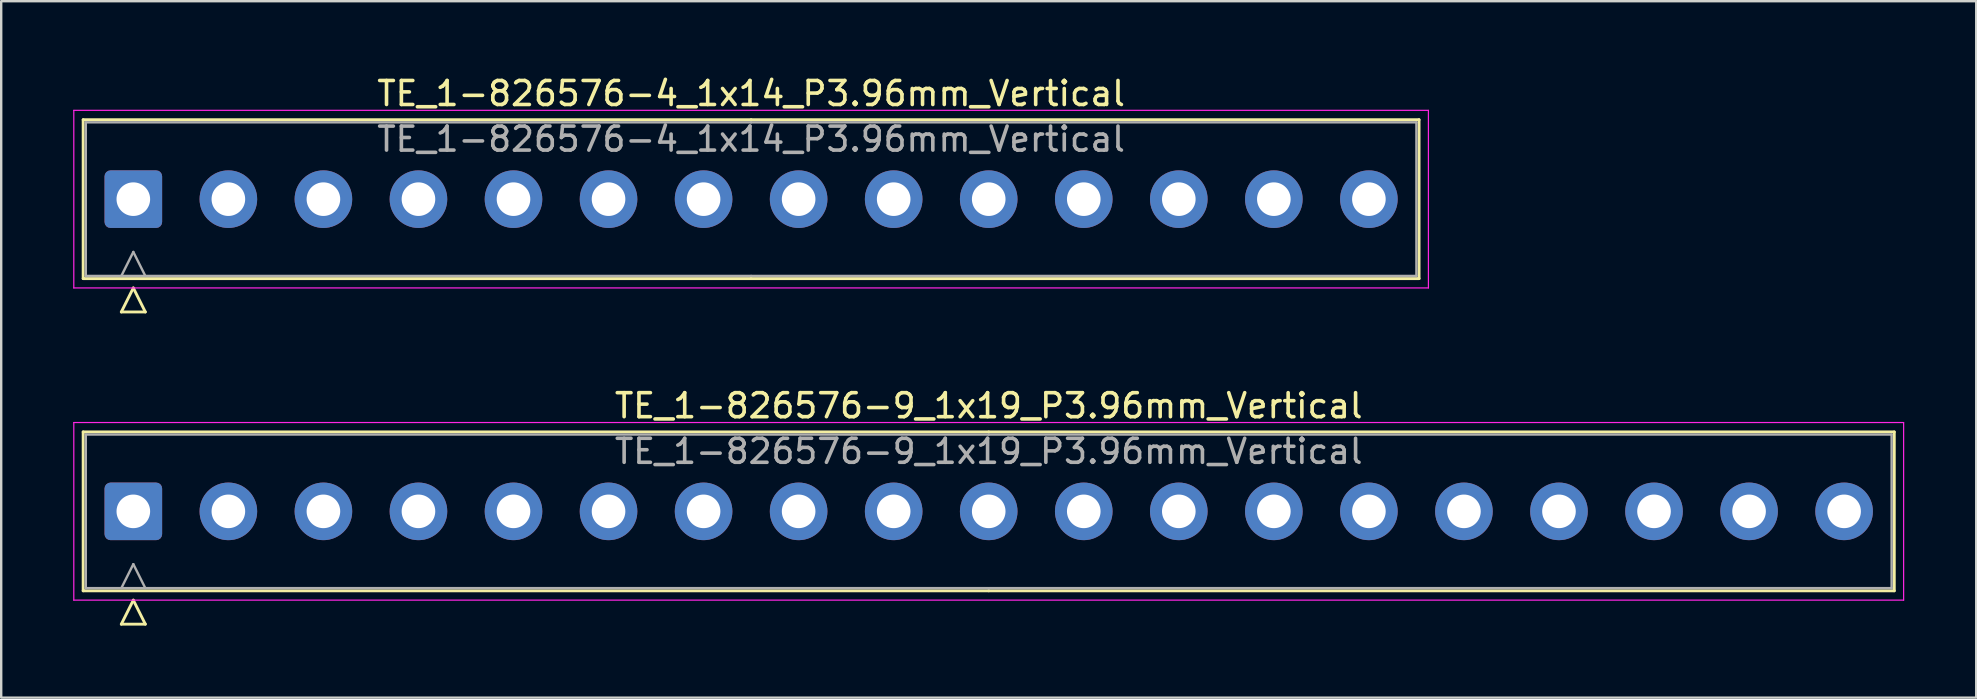
<source format=kicad_pcb>
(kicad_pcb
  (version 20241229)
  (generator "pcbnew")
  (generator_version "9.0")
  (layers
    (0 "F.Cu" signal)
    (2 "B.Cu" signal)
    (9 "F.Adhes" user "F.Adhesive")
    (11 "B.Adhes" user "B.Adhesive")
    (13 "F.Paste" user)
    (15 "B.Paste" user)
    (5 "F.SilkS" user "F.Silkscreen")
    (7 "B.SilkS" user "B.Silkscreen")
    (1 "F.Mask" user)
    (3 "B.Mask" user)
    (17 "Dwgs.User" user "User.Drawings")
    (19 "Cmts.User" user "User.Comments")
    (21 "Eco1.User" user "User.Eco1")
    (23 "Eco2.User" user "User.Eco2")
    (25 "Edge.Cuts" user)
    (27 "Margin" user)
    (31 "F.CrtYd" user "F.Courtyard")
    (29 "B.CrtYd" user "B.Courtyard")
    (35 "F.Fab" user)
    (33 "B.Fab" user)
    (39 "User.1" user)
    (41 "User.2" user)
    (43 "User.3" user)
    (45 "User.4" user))
  (footprint "TE_1-826576-9_1x19_P3.96mm_Vertical"
    (layer "F.Cu")
    (at 2.505 18.256)
    (property "Reference" "TE_1-826576-9_1x19_P3.96mm_Vertical" (at 35.64 -4.4 0) (layer "F.SilkS") (effects (font (size 1 1) (thickness 0.15))))
    (attr through_hole)
    (fp_line (start -2.09 -3.31) (end -2.09 3.31) (stroke (width 0.12) (type solid)) (layer "F.SilkS"))
    (fp_line (start -2.09 3.31) (end 35.64 3.31) (stroke (width 0.12) (type solid)) (layer "F.SilkS"))
    (fp_line (start -0.5 4.7) (end 0 3.7) (stroke (width 0.12) (type solid)) (layer "F.SilkS"))
    (fp_line (start 0 3.7) (end 0.5 4.7) (stroke (width 0.12) (type solid)) (layer "F.SilkS"))
    (fp_line (start 0.5 4.7) (end -0.5 4.7) (stroke (width 0.12) (type solid)) (layer "F.SilkS"))
    (fp_line (start 35.64 -3.31) (end -2.09 -3.31) (stroke (width 0.12) (type solid)) (layer "F.SilkS"))
    (fp_line (start 35.64 -3.31) (end 73.37 -3.31) (stroke (width 0.12) (type solid)) (layer "F.SilkS"))
    (fp_line (start 73.37 -3.31) (end 73.37 3.31) (stroke (width 0.12) (type solid)) (layer "F.SilkS"))
    (fp_line (start 73.37 3.31) (end 35.64 3.31) (stroke (width 0.12) (type solid)) (layer "F.SilkS"))
    (fp_line (start -2.48 -3.7) (end -2.48 3.7) (stroke (width 0.05) (type solid)) (layer "F.CrtYd"))
    (fp_line (start -2.48 3.7) (end 73.76 3.7) (stroke (width 0.05) (type solid)) (layer "F.CrtYd"))
    (fp_line (start 73.76 -3.7) (end -2.48 -3.7) (stroke (width 0.05) (type solid)) (layer "F.CrtYd"))
    (fp_line (start 73.76 3.7) (end 73.76 -3.7) (stroke (width 0.05) (type solid)) (layer "F.CrtYd"))
    (fp_line (start -1.98 -3.2) (end -1.98 3.2) (stroke (width 0.1) (type solid)) (layer "F.Fab"))
    (fp_line (start -1.98 3.2) (end 35.64 3.2) (stroke (width 0.1) (type solid)) (layer "F.Fab"))
    (fp_line (start -0.5 3.2) (end 0 2.2) (stroke (width 0.1) (type solid)) (layer "F.Fab"))
    (fp_line (start 0 2.2) (end 0.5 3.2) (stroke (width 0.1) (type solid)) (layer "F.Fab"))
    (fp_line (start 35.64 -3.2) (end -1.98 -3.2) (stroke (width 0.1) (type solid)) (layer "F.Fab"))
    (fp_line (start 35.64 -3.2) (end 73.26 -3.2) (stroke (width 0.1) (type solid)) (layer "F.Fab"))
    (fp_line (start 73.26 -3.2) (end 73.26 3.2) (stroke (width 0.1) (type solid)) (layer "F.Fab"))
    (fp_line (start 73.26 3.2) (end 35.64 3.2) (stroke (width 0.1) (type solid)) (layer "F.Fab"))
    (fp_text user "${REFERENCE}" (at 35.64 -2.5 0) (layer "F.Fab") (effects (font (size 1 1) (thickness 0.15))))
    (pad "1" thru_hole roundrect (at 0 0) (size 2.4 2.4) (drill 1.4) (layers "*.Cu" "*.Mask") (roundrect_rratio 0.104))
    (pad "2" thru_hole circle (at 3.96 0) (size 2.4 2.4) (drill 1.4) (layers "*.Cu" "*.Mask"))
    (pad "3" thru_hole circle (at 7.92 0) (size 2.4 2.4) (drill 1.4) (layers "*.Cu" "*.Mask"))
    (pad "4" thru_hole circle (at 11.88 0) (size 2.4 2.4) (drill 1.4) (layers "*.Cu" "*.Mask"))
    (pad "5" thru_hole circle (at 15.84 0) (size 2.4 2.4) (drill 1.4) (layers "*.Cu" "*.Mask"))
    (pad "6" thru_hole circle (at 19.8 0) (size 2.4 2.4) (drill 1.4) (layers "*.Cu" "*.Mask"))
    (pad "7" thru_hole circle (at 23.76 0) (size 2.4 2.4) (drill 1.4) (layers "*.Cu" "*.Mask"))
    (pad "8" thru_hole circle (at 27.72 0) (size 2.4 2.4) (drill 1.4) (layers "*.Cu" "*.Mask"))
    (pad "9" thru_hole circle (at 31.68 0) (size 2.4 2.4) (drill 1.4) (layers "*.Cu" "*.Mask"))
    (pad "10" thru_hole circle (at 35.64 0) (size 2.4 2.4) (drill 1.4) (layers "*.Cu" "*.Mask"))
    (pad "11" thru_hole circle (at 39.6 0) (size 2.4 2.4) (drill 1.4) (layers "*.Cu" "*.Mask"))
    (pad "12" thru_hole circle (at 43.56 0) (size 2.4 2.4) (drill 1.4) (layers "*.Cu" "*.Mask"))
    (pad "13" thru_hole circle (at 47.52 0) (size 2.4 2.4) (drill 1.4) (layers "*.Cu" "*.Mask"))
    (pad "14" thru_hole circle (at 51.48 0) (size 2.4 2.4) (drill 1.4) (layers "*.Cu" "*.Mask"))
    (pad "15" thru_hole circle (at 55.44 0) (size 2.4 2.4) (drill 1.4) (layers "*.Cu" "*.Mask"))
    (pad "16" thru_hole circle (at 59.4 0) (size 2.4 2.4) (drill 1.4) (layers "*.Cu" "*.Mask"))
    (pad "17" thru_hole circle (at 63.36 0) (size 2.4 2.4) (drill 1.4) (layers "*.Cu" "*.Mask"))
    (pad "18" thru_hole circle (at 67.32 0) (size 2.4 2.4) (drill 1.4) (layers "*.Cu" "*.Mask"))
    (pad "19" thru_hole circle (at 71.28 0) (size 2.4 2.4) (drill 1.4) (layers "*.Cu" "*.Mask")))
  (footprint "TE_1-826576-4_1x14_P3.96mm_Vertical"
    (layer "F.Cu")
    (at 2.505 5.248)
    (property "Reference" "TE_1-826576-4_1x14_P3.96mm_Vertical" (at 25.74 -4.4 0) (layer "F.SilkS") (effects (font (size 1 1) (thickness 0.15))))
    (attr through_hole)
    (fp_line (start -2.09 -3.31) (end -2.09 3.31) (stroke (width 0.12) (type solid)) (layer "F.SilkS"))
    (fp_line (start -2.09 3.31) (end 25.74 3.31) (stroke (width 0.12) (type solid)) (layer "F.SilkS"))
    (fp_line (start -0.5 4.7) (end 0 3.7) (stroke (width 0.12) (type solid)) (layer "F.SilkS"))
    (fp_line (start 0 3.7) (end 0.5 4.7) (stroke (width 0.12) (type solid)) (layer "F.SilkS"))
    (fp_line (start 0.5 4.7) (end -0.5 4.7) (stroke (width 0.12) (type solid)) (layer "F.SilkS"))
    (fp_line (start 25.74 -3.31) (end -2.09 -3.31) (stroke (width 0.12) (type solid)) (layer "F.SilkS"))
    (fp_line (start 25.74 -3.31) (end 53.57 -3.31) (stroke (width 0.12) (type solid)) (layer "F.SilkS"))
    (fp_line (start 53.57 -3.31) (end 53.57 3.31) (stroke (width 0.12) (type solid)) (layer "F.SilkS"))
    (fp_line (start 53.57 3.31) (end 25.74 3.31) (stroke (width 0.12) (type solid)) (layer "F.SilkS"))
    (fp_line (start -2.48 -3.7) (end -2.48 3.7) (stroke (width 0.05) (type solid)) (layer "F.CrtYd"))
    (fp_line (start -2.48 3.7) (end 53.96 3.7) (stroke (width 0.05) (type solid)) (layer "F.CrtYd"))
    (fp_line (start 53.96 -3.7) (end -2.48 -3.7) (stroke (width 0.05) (type solid)) (layer "F.CrtYd"))
    (fp_line (start 53.96 3.7) (end 53.96 -3.7) (stroke (width 0.05) (type solid)) (layer "F.CrtYd"))
    (fp_line (start -1.98 -3.2) (end -1.98 3.2) (stroke (width 0.1) (type solid)) (layer "F.Fab"))
    (fp_line (start -1.98 3.2) (end 25.74 3.2) (stroke (width 0.1) (type solid)) (layer "F.Fab"))
    (fp_line (start -0.5 3.2) (end 0 2.2) (stroke (width 0.1) (type solid)) (layer "F.Fab"))
    (fp_line (start 0 2.2) (end 0.5 3.2) (stroke (width 0.1) (type solid)) (layer "F.Fab"))
    (fp_line (start 25.74 -3.2) (end -1.98 -3.2) (stroke (width 0.1) (type solid)) (layer "F.Fab"))
    (fp_line (start 25.74 -3.2) (end 53.46 -3.2) (stroke (width 0.1) (type solid)) (layer "F.Fab"))
    (fp_line (start 53.46 -3.2) (end 53.46 3.2) (stroke (width 0.1) (type solid)) (layer "F.Fab"))
    (fp_line (start 53.46 3.2) (end 25.74 3.2) (stroke (width 0.1) (type solid)) (layer "F.Fab"))
    (fp_text user "${REFERENCE}" (at 25.74 -2.5 0) (layer "F.Fab") (effects (font (size 1 1) (thickness 0.15))))
    (pad "1" thru_hole roundrect (at 0 0) (size 2.4 2.4) (drill 1.4) (layers "*.Cu" "*.Mask") (roundrect_rratio 0.104))
    (pad "2" thru_hole circle (at 3.96 0) (size 2.4 2.4) (drill 1.4) (layers "*.Cu" "*.Mask"))
    (pad "3" thru_hole circle (at 7.92 0) (size 2.4 2.4) (drill 1.4) (layers "*.Cu" "*.Mask"))
    (pad "4" thru_hole circle (at 11.88 0) (size 2.4 2.4) (drill 1.4) (layers "*.Cu" "*.Mask"))
    (pad "5" thru_hole circle (at 15.84 0) (size 2.4 2.4) (drill 1.4) (layers "*.Cu" "*.Mask"))
    (pad "6" thru_hole circle (at 19.8 0) (size 2.4 2.4) (drill 1.4) (layers "*.Cu" "*.Mask"))
    (pad "7" thru_hole circle (at 23.76 0) (size 2.4 2.4) (drill 1.4) (layers "*.Cu" "*.Mask"))
    (pad "8" thru_hole circle (at 27.72 0) (size 2.4 2.4) (drill 1.4) (layers "*.Cu" "*.Mask"))
    (pad "9" thru_hole circle (at 31.68 0) (size 2.4 2.4) (drill 1.4) (layers "*.Cu" "*.Mask"))
    (pad "10" thru_hole circle (at 35.64 0) (size 2.4 2.4) (drill 1.4) (layers "*.Cu" "*.Mask"))
    (pad "11" thru_hole circle (at 39.6 0) (size 2.4 2.4) (drill 1.4) (layers "*.Cu" "*.Mask"))
    (pad "12" thru_hole circle (at 43.56 0) (size 2.4 2.4) (drill 1.4) (layers "*.Cu" "*.Mask"))
    (pad "13" thru_hole circle (at 47.52 0) (size 2.4 2.4) (drill 1.4) (layers "*.Cu" "*.Mask"))
    (pad "14" thru_hole circle (at 51.48 0) (size 2.4 2.4) (drill 1.4) (layers "*.Cu" "*.Mask")))
  (gr_rect
    (start -3 -3)
    (end 79.29 26.017)
    (stroke (width 0.1) (type default))
    (fill no)
    (layer "Edge.Cuts")))
</source>
